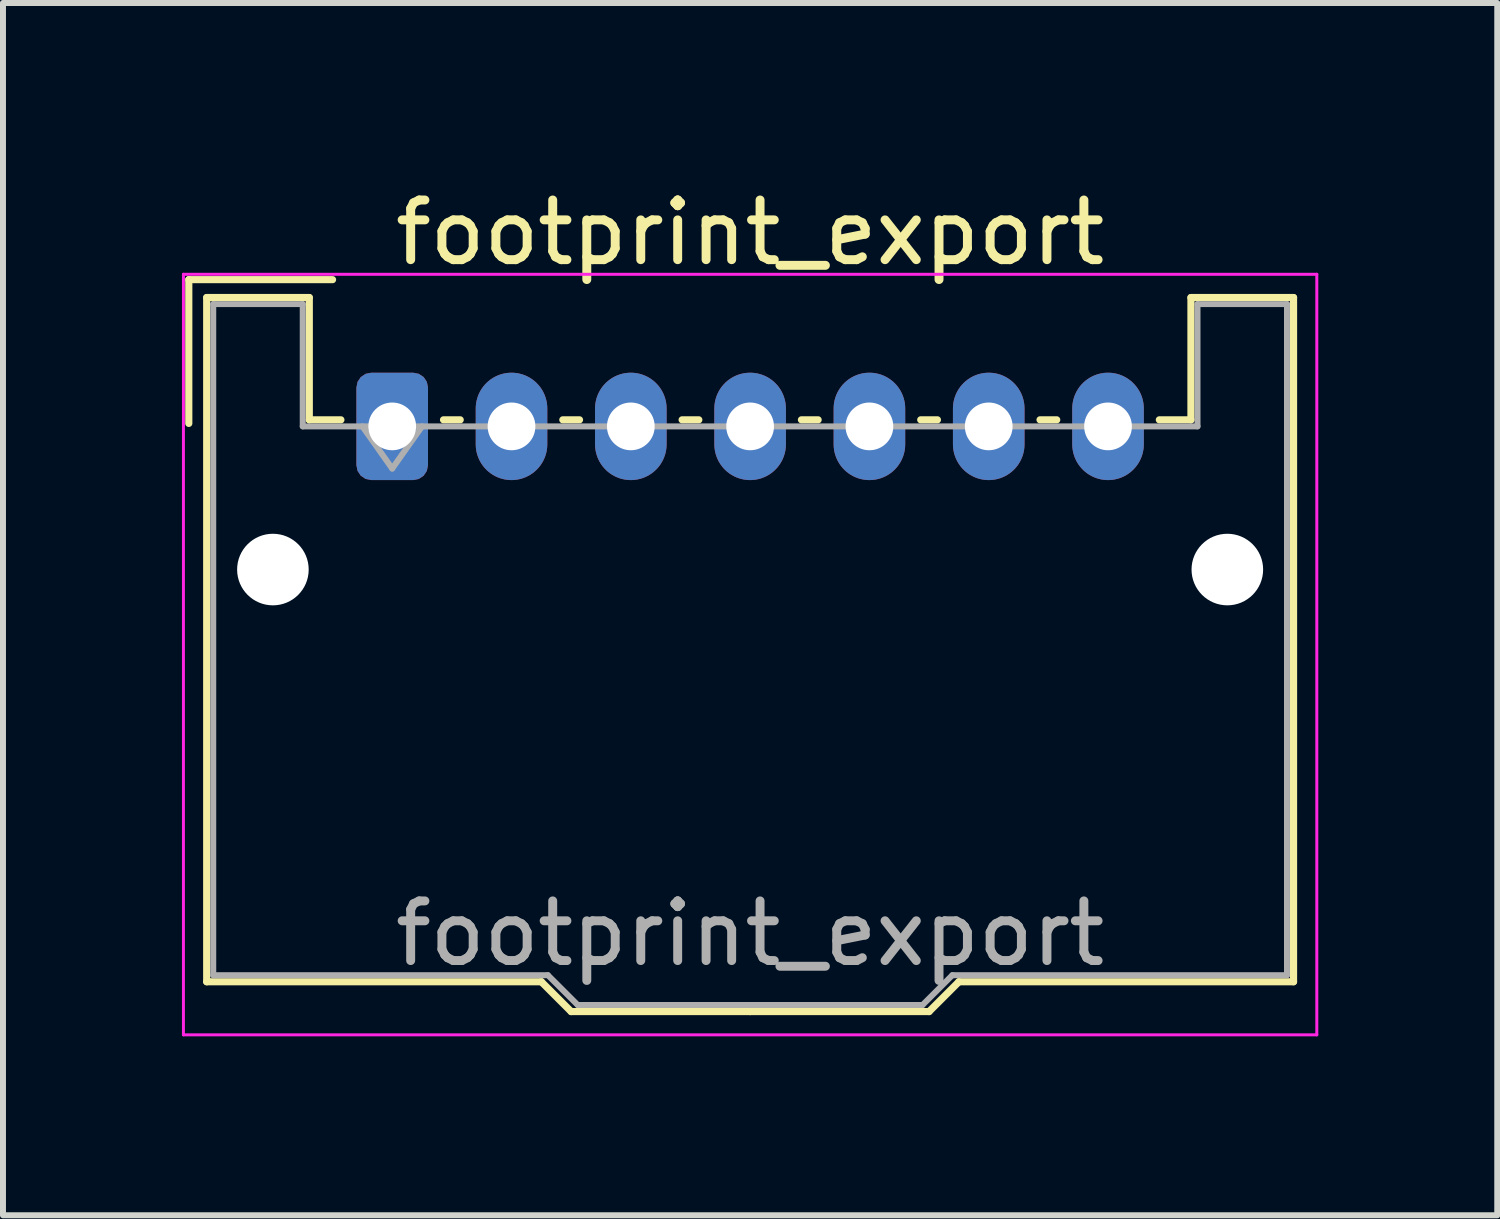
<source format=kicad_pcb>
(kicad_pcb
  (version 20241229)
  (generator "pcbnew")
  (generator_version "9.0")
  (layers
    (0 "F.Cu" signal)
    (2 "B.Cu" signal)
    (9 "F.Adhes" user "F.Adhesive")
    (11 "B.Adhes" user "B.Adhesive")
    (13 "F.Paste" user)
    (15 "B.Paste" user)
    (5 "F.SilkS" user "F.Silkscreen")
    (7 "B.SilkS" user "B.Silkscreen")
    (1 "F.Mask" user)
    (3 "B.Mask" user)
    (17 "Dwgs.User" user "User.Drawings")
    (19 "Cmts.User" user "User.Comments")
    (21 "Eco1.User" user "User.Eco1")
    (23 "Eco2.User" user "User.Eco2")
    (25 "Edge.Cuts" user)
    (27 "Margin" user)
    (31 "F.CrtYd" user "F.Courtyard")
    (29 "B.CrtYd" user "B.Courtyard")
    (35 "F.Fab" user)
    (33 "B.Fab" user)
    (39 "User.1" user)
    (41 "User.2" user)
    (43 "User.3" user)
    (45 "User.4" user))
  (footprint "footprint_export"
    (layer "F.Cu")
    (at 3.525 4.098)
    (property "Reference" "footprint_export" (at 6 -3.25 0) (layer "F.SilkS") (effects (font (size 1 1) (thickness 0.15))))
    (attr through_hole)
    (fp_line (start -3.41 -2.46) (end -1 -2.46) (stroke (width 0.12) (type solid)) (layer "F.SilkS"))
    (fp_line (start -3.41 -0.05) (end -3.41 -2.46) (stroke (width 0.12) (type solid)) (layer "F.SilkS"))
    (fp_line (start -3.11 -2.16) (end -1.39 -2.16) (stroke (width 0.12) (type solid)) (layer "F.SilkS"))
    (fp_line (start -3.11 9.31) (end -3.11 -2.16) (stroke (width 0.12) (type solid)) (layer "F.SilkS"))
    (fp_line (start -1.39 -2.16) (end -1.39 -0.11) (stroke (width 0.12) (type solid)) (layer "F.SilkS"))
    (fp_line (start -1.39 -0.11) (end -0.86 -0.11) (stroke (width 0.12) (type solid)) (layer "F.SilkS"))
    (fp_line (start 0.86 -0.11) (end 1.14 -0.11) (stroke (width 0.12) (type solid)) (layer "F.SilkS"))
    (fp_line (start 2.5 9.31) (end -3.11 9.31) (stroke (width 0.12) (type solid)) (layer "F.SilkS"))
    (fp_line (start 2.86 -0.11) (end 3.14 -0.11) (stroke (width 0.12) (type solid)) (layer "F.SilkS"))
    (fp_line (start 3 9.81) (end 2.5 9.31) (stroke (width 0.12) (type solid)) (layer "F.SilkS"))
    (fp_line (start 4.86 -0.11) (end 5.14 -0.11) (stroke (width 0.12) (type solid)) (layer "F.SilkS"))
    (fp_line (start 6 9.81) (end 3 9.81) (stroke (width 0.12) (type solid)) (layer "F.SilkS"))
    (fp_line (start 6 9.81) (end 9 9.81) (stroke (width 0.12) (type solid)) (layer "F.SilkS"))
    (fp_line (start 6.86 -0.11) (end 7.14 -0.11) (stroke (width 0.12) (type solid)) (layer "F.SilkS"))
    (fp_line (start 8.86 -0.11) (end 9.14 -0.11) (stroke (width 0.12) (type solid)) (layer "F.SilkS"))
    (fp_line (start 9 9.81) (end 9.5 9.31) (stroke (width 0.12) (type solid)) (layer "F.SilkS"))
    (fp_line (start 9.5 9.31) (end 15.11 9.31) (stroke (width 0.12) (type solid)) (layer "F.SilkS"))
    (fp_line (start 10.86 -0.11) (end 11.14 -0.11) (stroke (width 0.12) (type solid)) (layer "F.SilkS"))
    (fp_line (start 13.39 -2.16) (end 13.39 -0.11) (stroke (width 0.12) (type solid)) (layer "F.SilkS"))
    (fp_line (start 13.39 -0.11) (end 12.86 -0.11) (stroke (width 0.12) (type solid)) (layer "F.SilkS"))
    (fp_line (start 15.11 -2.16) (end 13.39 -2.16) (stroke (width 0.12) (type solid)) (layer "F.SilkS"))
    (fp_line (start 15.11 9.31) (end 15.11 -2.16) (stroke (width 0.12) (type solid)) (layer "F.SilkS"))
    (fp_line (start -3.5 -2.55) (end -3.5 10.2) (stroke (width 0.05) (type solid)) (layer "F.CrtYd"))
    (fp_line (start -3.5 10.2) (end 15.5 10.2) (stroke (width 0.05) (type solid)) (layer "F.CrtYd"))
    (fp_line (start 15.5 -2.55) (end -3.5 -2.55) (stroke (width 0.05) (type solid)) (layer "F.CrtYd"))
    (fp_line (start 15.5 10.2) (end 15.5 -2.55) (stroke (width 0.05) (type solid)) (layer "F.CrtYd"))
    (fp_line (start -3 -2.05) (end -1.5 -2.05) (stroke (width 0.1) (type solid)) (layer "F.Fab"))
    (fp_line (start -3 9.2) (end -3 -2.05) (stroke (width 0.1) (type solid)) (layer "F.Fab"))
    (fp_line (start -1.5 -2.05) (end -1.5 0) (stroke (width 0.1) (type solid)) (layer "F.Fab"))
    (fp_line (start -1.5 0) (end 6 0) (stroke (width 0.1) (type solid)) (layer "F.Fab"))
    (fp_line (start -0.5 0) (end 0 0.707) (stroke (width 0.1) (type solid)) (layer "F.Fab"))
    (fp_line (start 0 0.707) (end 0.5 0) (stroke (width 0.1) (type solid)) (layer "F.Fab"))
    (fp_line (start 2.61 9.2) (end -3 9.2) (stroke (width 0.1) (type solid)) (layer "F.Fab"))
    (fp_line (start 3.11 9.7) (end 2.61 9.2) (stroke (width 0.1) (type solid)) (layer "F.Fab"))
    (fp_line (start 6 9.7) (end 3.11 9.7) (stroke (width 0.1) (type solid)) (layer "F.Fab"))
    (fp_line (start 6 9.7) (end 8.89 9.7) (stroke (width 0.1) (type solid)) (layer "F.Fab"))
    (fp_line (start 8.89 9.7) (end 9.39 9.2) (stroke (width 0.1) (type solid)) (layer "F.Fab"))
    (fp_line (start 9.39 9.2) (end 15 9.2) (stroke (width 0.1) (type solid)) (layer "F.Fab"))
    (fp_line (start 13.5 -2.05) (end 13.5 0) (stroke (width 0.1) (type solid)) (layer "F.Fab"))
    (fp_line (start 13.5 0) (end 6 0) (stroke (width 0.1) (type solid)) (layer "F.Fab"))
    (fp_line (start 15 -2.05) (end 13.5 -2.05) (stroke (width 0.1) (type solid)) (layer "F.Fab"))
    (fp_line (start 15 9.2) (end 15 -2.05) (stroke (width 0.1) (type solid)) (layer "F.Fab"))
    (fp_text user "${REFERENCE}" (at 6 8.5 0) (layer "F.Fab") (effects (font (size 1 1) (thickness 0.15))))
    (pad "" np_thru_hole circle (at -2 2.4) (size 1.2 1.2) (drill 1.2) (layers "*.Cu" "*.Mask"))
    (pad "" np_thru_hole circle (at 14 2.4) (size 1.2 1.2) (drill 1.2) (layers "*.Cu" "*.Mask"))
    (pad "1" thru_hole roundrect (at 0 0) (size 1.2 1.8) (drill 0.8) (layers "*.Cu" "*.Mask") (roundrect_rratio 0.208))
    (pad "2" thru_hole oval (at 2 0) (size 1.2 1.8) (drill 0.8) (layers "*.Cu" "*.Mask"))
    (pad "3" thru_hole oval (at 4 0) (size 1.2 1.8) (drill 0.8) (layers "*.Cu" "*.Mask"))
    (pad "4" thru_hole oval (at 6 0) (size 1.2 1.8) (drill 0.8) (layers "*.Cu" "*.Mask"))
    (pad "5" thru_hole oval (at 8 0) (size 1.2 1.8) (drill 0.8) (layers "*.Cu" "*.Mask"))
    (pad "6" thru_hole oval (at 10 0) (size 1.2 1.8) (drill 0.8) (layers "*.Cu" "*.Mask"))
    (pad "7" thru_hole oval (at 12 0) (size 1.2 1.8) (drill 0.8) (layers "*.Cu" "*.Mask")))
  (gr_rect
    (start -3 -3)
    (end 22.05 17.323)
    (stroke (width 0.1) (type default))
    (fill no)
    (layer "Edge.Cuts")))
</source>
